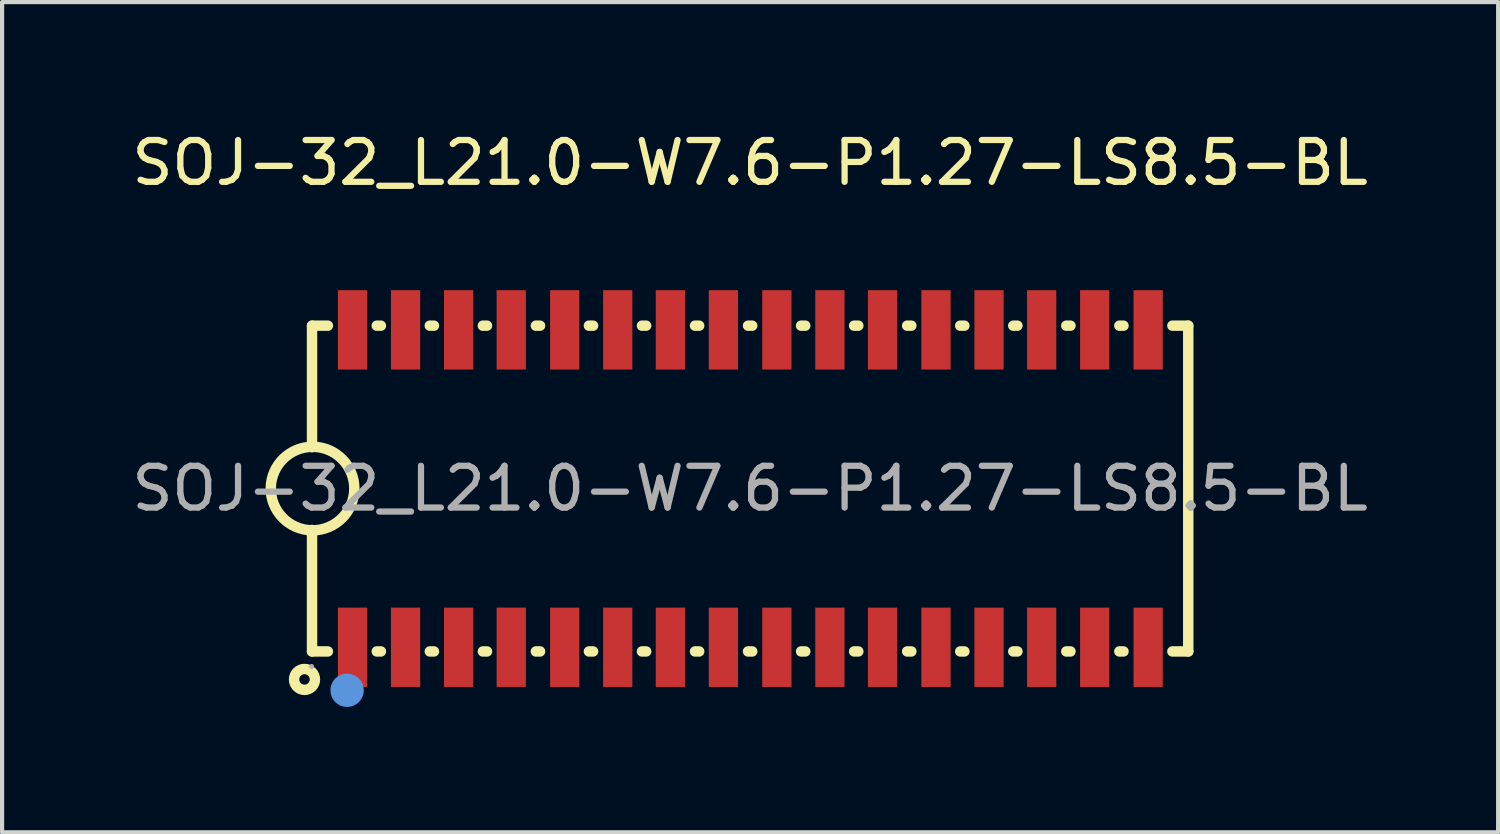
<source format=kicad_pcb>
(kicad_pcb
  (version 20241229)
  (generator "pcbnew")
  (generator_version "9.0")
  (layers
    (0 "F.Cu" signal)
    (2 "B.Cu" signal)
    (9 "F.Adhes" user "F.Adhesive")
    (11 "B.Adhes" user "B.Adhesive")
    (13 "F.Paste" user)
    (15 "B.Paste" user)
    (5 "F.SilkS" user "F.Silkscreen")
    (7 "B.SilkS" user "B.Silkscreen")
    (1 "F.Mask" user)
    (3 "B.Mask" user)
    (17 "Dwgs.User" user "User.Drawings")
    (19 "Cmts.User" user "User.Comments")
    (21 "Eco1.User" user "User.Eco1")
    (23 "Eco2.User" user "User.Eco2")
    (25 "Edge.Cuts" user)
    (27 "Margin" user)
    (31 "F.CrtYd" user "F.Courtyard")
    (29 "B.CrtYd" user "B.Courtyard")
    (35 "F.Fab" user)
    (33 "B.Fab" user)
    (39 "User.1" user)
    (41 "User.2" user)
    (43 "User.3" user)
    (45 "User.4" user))
  (footprint "SOJ-32_L21.0-W7.6-P1.27-LS8.5-BL"
    (layer "F.Cu")
    (at 14.911 8.648)
    (property "Reference" "SOJ-32_L21.0-W7.6-P1.27-LS8.5-BL" (at 0 -7.8 0) (layer "F.SilkS") (effects (font (size 1 1) (thickness 0.15))))
    (attr smd)
    (fp_line (start -10.49 -3.9) (end -10.11 -3.9) (stroke (width 0.25) (type solid)) (layer "F.SilkS"))
    (fp_line (start -10.49 -0.99) (end -10.49 -3.9) (stroke (width 0.25) (type solid)) (layer "F.SilkS"))
    (fp_line (start -10.49 3.9) (end -10.49 0.99) (stroke (width 0.25) (type solid)) (layer "F.SilkS"))
    (fp_line (start -10.49 3.9) (end -10.11 3.9) (stroke (width 0.25) (type solid)) (layer "F.SilkS"))
    (fp_line (start -8.94 -3.9) (end -8.84 -3.9) (stroke (width 0.25) (type solid)) (layer "F.SilkS"))
    (fp_line (start -8.94 3.9) (end -8.84 3.9) (stroke (width 0.25) (type solid)) (layer "F.SilkS"))
    (fp_line (start -7.67 -3.9) (end -7.57 -3.9) (stroke (width 0.25) (type solid)) (layer "F.SilkS"))
    (fp_line (start -7.67 3.9) (end -7.57 3.9) (stroke (width 0.25) (type solid)) (layer "F.SilkS"))
    (fp_line (start -6.4 -3.9) (end -6.3 -3.9) (stroke (width 0.25) (type solid)) (layer "F.SilkS"))
    (fp_line (start -6.4 3.9) (end -6.3 3.9) (stroke (width 0.25) (type solid)) (layer "F.SilkS"))
    (fp_line (start -5.13 -3.9) (end -5.03 -3.9) (stroke (width 0.25) (type solid)) (layer "F.SilkS"))
    (fp_line (start -5.13 3.9) (end -5.03 3.9) (stroke (width 0.25) (type solid)) (layer "F.SilkS"))
    (fp_line (start -3.86 -3.9) (end -3.76 -3.9) (stroke (width 0.25) (type solid)) (layer "F.SilkS"))
    (fp_line (start -3.86 3.9) (end -3.76 3.9) (stroke (width 0.25) (type solid)) (layer "F.SilkS"))
    (fp_line (start -2.59 -3.9) (end -2.49 -3.9) (stroke (width 0.25) (type solid)) (layer "F.SilkS"))
    (fp_line (start -2.59 3.9) (end -2.49 3.9) (stroke (width 0.25) (type solid)) (layer "F.SilkS"))
    (fp_line (start -1.32 -3.9) (end -1.22 -3.9) (stroke (width 0.25) (type solid)) (layer "F.SilkS"))
    (fp_line (start -1.32 3.9) (end -1.22 3.9) (stroke (width 0.25) (type solid)) (layer "F.SilkS"))
    (fp_line (start -0.05 -3.9) (end 0.05 -3.9) (stroke (width 0.25) (type solid)) (layer "F.SilkS"))
    (fp_line (start -0.05 3.9) (end 0.05 3.9) (stroke (width 0.25) (type solid)) (layer "F.SilkS"))
    (fp_line (start 1.22 -3.9) (end 1.32 -3.9) (stroke (width 0.25) (type solid)) (layer "F.SilkS"))
    (fp_line (start 1.22 3.9) (end 1.32 3.9) (stroke (width 0.25) (type solid)) (layer "F.SilkS"))
    (fp_line (start 2.49 -3.9) (end 2.59 -3.9) (stroke (width 0.25) (type solid)) (layer "F.SilkS"))
    (fp_line (start 2.49 3.9) (end 2.59 3.9) (stroke (width 0.25) (type solid)) (layer "F.SilkS"))
    (fp_line (start 3.76 -3.9) (end 3.86 -3.9) (stroke (width 0.25) (type solid)) (layer "F.SilkS"))
    (fp_line (start 3.76 3.9) (end 3.86 3.9) (stroke (width 0.25) (type solid)) (layer "F.SilkS"))
    (fp_line (start 5.03 -3.9) (end 5.13 -3.9) (stroke (width 0.25) (type solid)) (layer "F.SilkS"))
    (fp_line (start 5.03 3.9) (end 5.13 3.9) (stroke (width 0.25) (type solid)) (layer "F.SilkS"))
    (fp_line (start 6.3 -3.9) (end 6.4 -3.9) (stroke (width 0.25) (type solid)) (layer "F.SilkS"))
    (fp_line (start 6.3 3.9) (end 6.4 3.9) (stroke (width 0.25) (type solid)) (layer "F.SilkS"))
    (fp_line (start 7.57 -3.9) (end 7.67 -3.9) (stroke (width 0.25) (type solid)) (layer "F.SilkS"))
    (fp_line (start 7.57 3.9) (end 7.67 3.9) (stroke (width 0.25) (type solid)) (layer "F.SilkS"))
    (fp_line (start 8.84 -3.9) (end 8.94 -3.9) (stroke (width 0.25) (type solid)) (layer "F.SilkS"))
    (fp_line (start 8.84 3.9) (end 8.94 3.9) (stroke (width 0.25) (type solid)) (layer "F.SilkS"))
    (fp_line (start 10.11 -3.9) (end 10.49 -3.9) (stroke (width 0.25) (type solid)) (layer "F.SilkS"))
    (fp_line (start 10.11 3.9) (end 10.49 3.9) (stroke (width 0.25) (type solid)) (layer "F.SilkS"))
    (fp_line (start 10.49 -3.9) (end 10.49 3.9) (stroke (width 0.25) (type solid)) (layer "F.SilkS"))
    (fp_arc (start -10.497452 0.999848) (mid -10.471274 -0.999962) (end -10.48 1) (stroke (width 0.25) (type solid)) (layer "F.SilkS"))
    (fp_circle (center -10.67 4.57) (end -10.42 4.57) (stroke (width 0.25) (type solid)) (fill no) (layer "F.SilkS"))
    (fp_circle (center -9.65 4.83) (end -9.45 4.83) (stroke (width 0.4) (type solid)) (fill no) (layer "Cmts.User"))
    (fp_circle (center -10.5 4.26) (end -10.47 4.26) (stroke (width 0.06) (type solid)) (fill no) (layer "F.Fab"))
    (fp_text user "${REFERENCE}" (at 0 0 0) (layer "F.Fab") (effects (font (size 1 1) (thickness 0.15))))
    (pad "1" smd rect (at -9.52 3.8) (size 0.7 1.9) (layers "F.Cu" "F.Mask" "F.Paste"))
    (pad "2" smd rect (at -8.25 3.8) (size 0.7 1.9) (layers "F.Cu" "F.Mask" "F.Paste"))
    (pad "3" smd rect (at -6.98 3.8) (size 0.7 1.9) (layers "F.Cu" "F.Mask" "F.Paste"))
    (pad "4" smd rect (at -5.72 3.8) (size 0.7 1.9) (layers "F.Cu" "F.Mask" "F.Paste"))
    (pad "5" smd rect (at -4.44 3.8) (size 0.7 1.9) (layers "F.Cu" "F.Mask" "F.Paste"))
    (pad "6" smd rect (at -3.17 3.8) (size 0.7 1.9) (layers "F.Cu" "F.Mask" "F.Paste"))
    (pad "7" smd rect (at -1.91 3.8) (size 0.7 1.9) (layers "F.Cu" "F.Mask" "F.Paste"))
    (pad "8" smd rect (at -0.64 3.8) (size 0.7 1.9) (layers "F.Cu" "F.Mask" "F.Paste"))
    (pad "9" smd rect (at 0.64 3.8) (size 0.7 1.9) (layers "F.Cu" "F.Mask" "F.Paste"))
    (pad "10" smd rect (at 1.91 3.8) (size 0.7 1.9) (layers "F.Cu" "F.Mask" "F.Paste"))
    (pad "11" smd rect (at 3.17 3.8) (size 0.7 1.9) (layers "F.Cu" "F.Mask" "F.Paste"))
    (pad "12" smd rect (at 4.45 3.8) (size 0.7 1.9) (layers "F.Cu" "F.Mask" "F.Paste"))
    (pad "13" smd rect (at 5.72 3.8) (size 0.7 1.9) (layers "F.Cu" "F.Mask" "F.Paste"))
    (pad "14" smd rect (at 6.98 3.8) (size 0.7 1.9) (layers "F.Cu" "F.Mask" "F.Paste"))
    (pad "15" smd rect (at 8.25 3.8) (size 0.7 1.9) (layers "F.Cu" "F.Mask" "F.Paste"))
    (pad "16" smd rect (at 9.53 3.8) (size 0.7 1.9) (layers "F.Cu" "F.Mask" "F.Paste"))
    (pad "17" smd rect (at 9.53 -3.8 180) (size 0.7 1.9) (layers "F.Cu" "F.Mask" "F.Paste"))
    (pad "18" smd rect (at 8.25 -3.8 180) (size 0.7 1.9) (layers "F.Cu" "F.Mask" "F.Paste"))
    (pad "19" smd rect (at 6.98 -3.8 180) (size 0.7 1.9) (layers "F.Cu" "F.Mask" "F.Paste"))
    (pad "20" smd rect (at 5.72 -3.8 180) (size 0.7 1.9) (layers "F.Cu" "F.Mask" "F.Paste"))
    (pad "21" smd rect (at 4.45 -3.8 180) (size 0.7 1.9) (layers "F.Cu" "F.Mask" "F.Paste"))
    (pad "22" smd rect (at 3.17 -3.8 180) (size 0.7 1.9) (layers "F.Cu" "F.Mask" "F.Paste"))
    (pad "23" smd rect (at 1.91 -3.8 180) (size 0.7 1.9) (layers "F.Cu" "F.Mask" "F.Paste"))
    (pad "24" smd rect (at 0.64 -3.8 180) (size 0.7 1.9) (layers "F.Cu" "F.Mask" "F.Paste"))
    (pad "25" smd rect (at -0.64 -3.8 180) (size 0.7 1.9) (layers "F.Cu" "F.Mask" "F.Paste"))
    (pad "26" smd rect (at -1.91 -3.8 180) (size 0.7 1.9) (layers "F.Cu" "F.Mask" "F.Paste"))
    (pad "27" smd rect (at -3.17 -3.8 180) (size 0.7 1.9) (layers "F.Cu" "F.Mask" "F.Paste"))
    (pad "28" smd rect (at -4.44 -3.8 180) (size 0.7 1.9) (layers "F.Cu" "F.Mask" "F.Paste"))
    (pad "29" smd rect (at -5.72 -3.8 180) (size 0.7 1.9) (layers "F.Cu" "F.Mask" "F.Paste"))
    (pad "30" smd rect (at -6.98 -3.8 180) (size 0.7 1.9) (layers "F.Cu" "F.Mask" "F.Paste"))
    (pad "31" smd rect (at -8.25 -3.8 180) (size 0.7 1.9) (layers "F.Cu" "F.Mask" "F.Paste"))
    (pad "32" smd rect (at -9.52 -3.8 180) (size 0.7 1.9) (layers "F.Cu" "F.Mask" "F.Paste")))
  (gr_rect
    (start -3 -3)
    (end 32.821 16.878)
    (stroke (width 0.1) (type default))
    (fill no)
    (layer "Edge.Cuts")))
</source>
